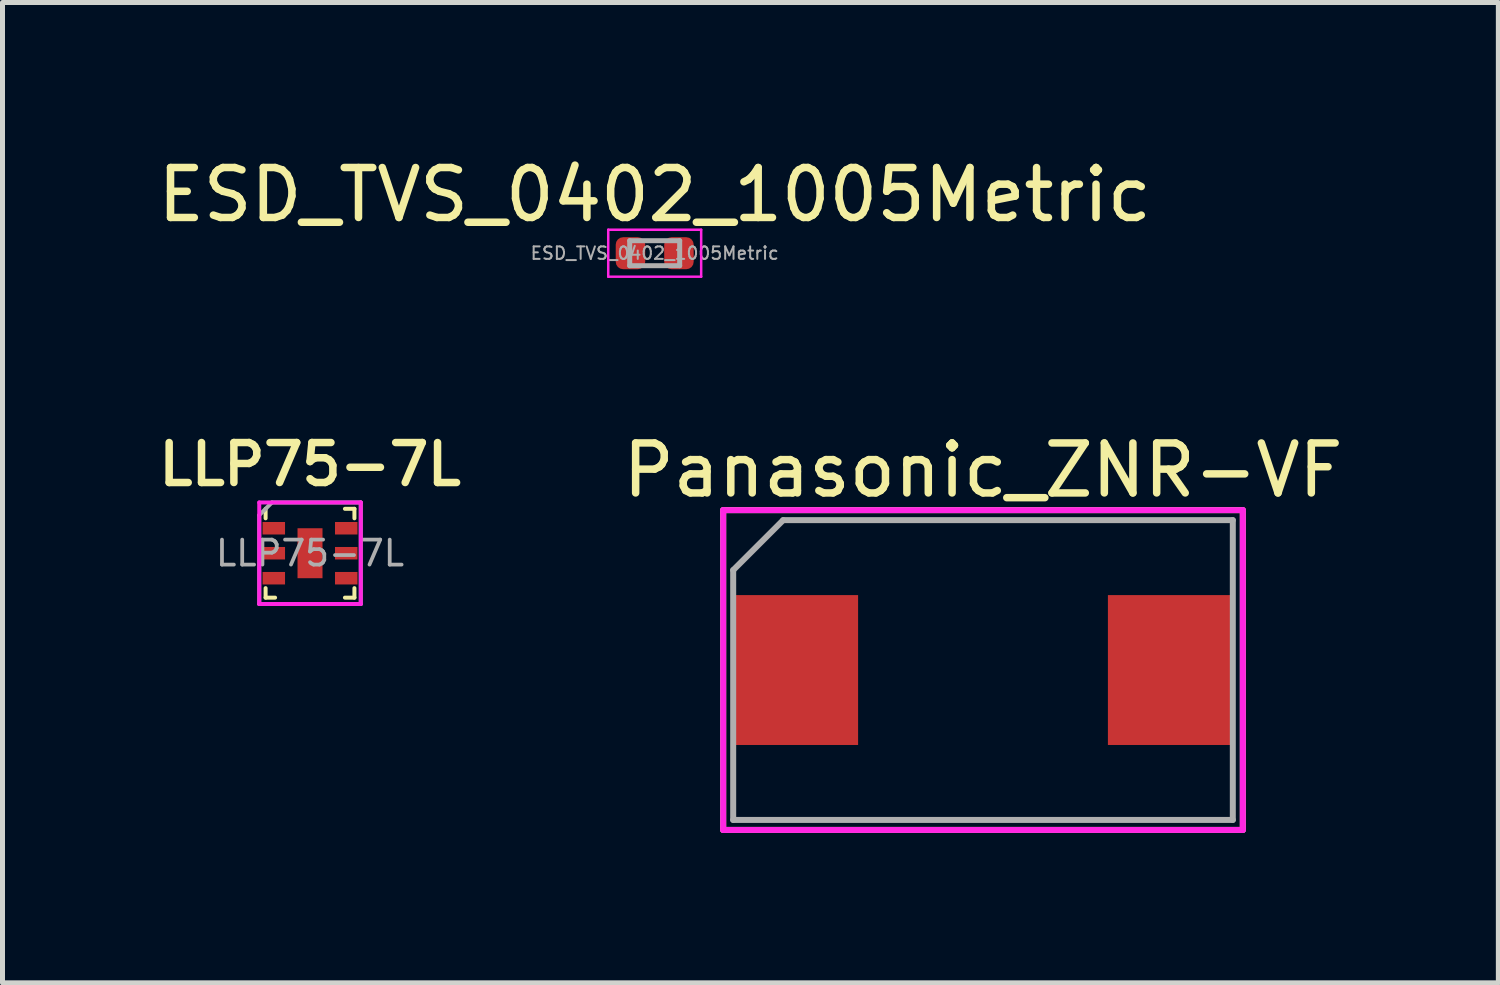
<source format=kicad_pcb>
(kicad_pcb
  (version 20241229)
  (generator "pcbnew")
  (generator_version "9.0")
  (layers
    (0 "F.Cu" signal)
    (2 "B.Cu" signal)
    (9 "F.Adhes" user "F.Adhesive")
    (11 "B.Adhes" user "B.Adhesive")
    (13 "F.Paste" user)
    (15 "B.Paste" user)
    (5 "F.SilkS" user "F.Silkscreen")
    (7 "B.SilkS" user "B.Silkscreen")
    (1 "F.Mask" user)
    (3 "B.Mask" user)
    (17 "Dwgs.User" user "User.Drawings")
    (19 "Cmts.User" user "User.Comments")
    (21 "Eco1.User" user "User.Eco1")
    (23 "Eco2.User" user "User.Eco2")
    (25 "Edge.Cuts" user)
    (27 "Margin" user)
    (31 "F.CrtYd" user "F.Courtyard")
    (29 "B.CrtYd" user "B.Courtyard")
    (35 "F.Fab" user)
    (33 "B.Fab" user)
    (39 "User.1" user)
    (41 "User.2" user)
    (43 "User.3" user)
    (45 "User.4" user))
  (footprint "Panasonic_ZNR-VF"
    (layer "F.Cu")
    (at 16.625 10.361)
    (property "Reference" "Panasonic_ZNR-VF" (at 0 -4 0) (layer "F.SilkS") (effects (font (size 1 1) (thickness 0.15))))
    (attr smd)
    (fp_line (start -5.2 -3.2) (end -5.2 3.2) (stroke (width 0.12) (type solid)) (layer "F.SilkS"))
    (fp_line (start -5.2 -3.2) (end 5.2 -3.2) (stroke (width 0.12) (type solid)) (layer "F.SilkS"))
    (fp_line (start -5.2 3.2) (end 5.2 3.2) (stroke (width 0.12) (type solid)) (layer "F.SilkS"))
    (fp_line (start 5.2 -3.2) (end 5.2 3.2) (stroke (width 0.12) (type solid)) (layer "F.SilkS"))
    (fp_line (start -5.2 -3.2) (end -5.2 3.2) (stroke (width 0.12) (type solid)) (layer "F.CrtYd"))
    (fp_line (start -5.2 3.2) (end 5.2 3.2) (stroke (width 0.12) (type solid)) (layer "F.CrtYd"))
    (fp_line (start 5.2 -3.2) (end -5.2 -3.2) (stroke (width 0.12) (type solid)) (layer "F.CrtYd"))
    (fp_line (start 5.2 3.2) (end 5.2 -3.2) (stroke (width 0.12) (type solid)) (layer "F.CrtYd"))
    (fp_line (start -5 -2) (end -5 3) (stroke (width 0.12) (type solid)) (layer "F.Fab"))
    (fp_line (start -5 -2) (end -4 -3) (stroke (width 0.12) (type solid)) (layer "F.Fab"))
    (fp_line (start -5 3) (end 5 3) (stroke (width 0.12) (type solid)) (layer "F.Fab"))
    (fp_line (start 5 -3) (end -4 -3) (stroke (width 0.12) (type solid)) (layer "F.Fab"))
    (fp_line (start 5 3) (end 5 -3) (stroke (width 0.12) (type solid)) (layer "F.Fab"))
    (pad "1" smd rect (at -3.75 0) (size 2.5 3) (layers "F.Cu" "F.Mask" "F.Paste"))
    (pad "2" smd rect (at 3.75 0) (size 2.5 3) (layers "F.Cu" "F.Mask" "F.Paste")))
  (footprint "LLP75-7L"
    (layer "F.Cu")
    (at 3.155 8.023)
    (property "Reference" "LLP75-7L" (at 0 -1.778 0) (layer "F.SilkS") (effects (font (size 0.8 0.8) (thickness 0.15))))
    (attr smd)
    (fp_line (start -0.889 -0.699) (end -0.889 -0.889) (stroke (width 0.08) (type solid)) (layer "F.SilkS"))
    (fp_line (start -0.889 0.889) (end -0.889 0.699) (stroke (width 0.08) (type solid)) (layer "F.SilkS"))
    (fp_line (start -0.699 0.889) (end -0.889 0.889) (stroke (width 0.08) (type solid)) (layer "F.SilkS"))
    (fp_line (start 0.699 -0.889) (end 0.889 -0.889) (stroke (width 0.08) (type solid)) (layer "F.SilkS"))
    (fp_line (start 0.889 -0.889) (end 0.889 -0.699) (stroke (width 0.08) (type solid)) (layer "F.SilkS"))
    (fp_line (start 0.889 0.699) (end 0.889 0.889) (stroke (width 0.08) (type solid)) (layer "F.SilkS"))
    (fp_line (start 0.889 0.889) (end 0.699 0.889) (stroke (width 0.08) (type solid)) (layer "F.SilkS"))
    (fp_line (start -1.016 -1.016) (end 1.016 -1.016) (stroke (width 0.08) (type solid)) (layer "F.CrtYd"))
    (fp_line (start -1.016 1.016) (end -1.016 -1.016) (stroke (width 0.08) (type solid)) (layer "F.CrtYd"))
    (fp_line (start 1.016 -1.016) (end 1.016 1.016) (stroke (width 0.08) (type solid)) (layer "F.CrtYd"))
    (fp_line (start 1.016 1.016) (end -1.016 1.016) (stroke (width 0.08) (type solid)) (layer "F.CrtYd"))
    (fp_line (start -1.016 -0.762) (end -1.016 1.016) (stroke (width 0.08) (type solid)) (layer "F.Fab"))
    (fp_line (start -1.016 1.016) (end 1.016 1.016) (stroke (width 0.08) (type solid)) (layer "F.Fab"))
    (fp_line (start -0.762 -1.016) (end -1.016 -0.762) (stroke (width 0.08) (type solid)) (layer "F.Fab"))
    (fp_line (start 1.016 -1.016) (end -0.762 -1.016) (stroke (width 0.08) (type solid)) (layer "F.Fab"))
    (fp_line (start 1.016 1.016) (end 1.016 -1.016) (stroke (width 0.08) (type solid)) (layer "F.Fab"))
    (fp_text user "${REFERENCE}" (at 0 0 0) (layer "F.Fab") (effects (font (size 0.5 0.5) (thickness 0.075))))
    (pad "1" smd rect (at -0.725 -0.5) (size 0.45 0.25) (layers "F.Cu" "F.Mask" "F.Paste"))
    (pad "2" smd rect (at -0.725 0) (size 0.45 0.25) (layers "F.Cu" "F.Mask" "F.Paste"))
    (pad "3" smd rect (at -0.725 0.5) (size 0.45 0.25) (layers "F.Cu" "F.Mask" "F.Paste"))
    (pad "4" smd rect (at 0.725 0.5) (size 0.45 0.25) (layers "F.Cu" "F.Mask" "F.Paste"))
    (pad "5" smd rect (at 0.725 0) (size 0.45 0.25) (layers "F.Cu" "F.Mask" "F.Paste"))
    (pad "6" smd rect (at 0.725 -0.5) (size 0.45 0.25) (layers "F.Cu" "F.Mask" "F.Paste"))
    (pad "7" smd rect (at 0 0) (size 0.5 1) (layers "F.Cu" "F.Mask" "F.Paste")))
  (footprint "ESD_TVS_0402_1005Metric"
    (layer "F.Cu")
    (at 10.054 2.018)
    (property "Reference" "ESD_TVS_0402_1005Metric" (at 0 -1.17 0) (layer "F.SilkS") (effects (font (size 1 1) (thickness 0.15))))
    (attr smd)
    (fp_line (start -0.93 -0.47) (end 0.93 -0.47) (stroke (width 0.05) (type solid)) (layer "F.CrtYd"))
    (fp_line (start -0.93 0.47) (end -0.93 -0.47) (stroke (width 0.05) (type solid)) (layer "F.CrtYd"))
    (fp_line (start 0.93 -0.47) (end 0.93 0.47) (stroke (width 0.05) (type solid)) (layer "F.CrtYd"))
    (fp_line (start 0.93 0.47) (end -0.93 0.47) (stroke (width 0.05) (type solid)) (layer "F.CrtYd"))
    (fp_line (start -0.5 -0.25) (end 0.5 -0.25) (stroke (width 0.1) (type solid)) (layer "F.Fab"))
    (fp_line (start -0.5 0.25) (end -0.5 -0.25) (stroke (width 0.1) (type solid)) (layer "F.Fab"))
    (fp_line (start 0.5 -0.25) (end 0.5 0.25) (stroke (width 0.1) (type solid)) (layer "F.Fab"))
    (fp_line (start 0.5 0.25) (end -0.5 0.25) (stroke (width 0.1) (type solid)) (layer "F.Fab"))
    (fp_text user "${REFERENCE}" (at 0 0 0) (layer "F.Fab") (effects (font (size 0.25 0.25) (thickness 0.04))))
    (pad "1" smd roundrect (at -0.485 0) (size 0.59 0.64) (layers "F.Cu" "F.Mask" "F.Paste") (roundrect_rratio 0.25))
    (pad "2" smd roundrect (at 0.485 0) (size 0.59 0.64) (layers "F.Cu" "F.Mask" "F.Paste") (roundrect_rratio 0.25)))
  (gr_rect
    (start -3 -3)
    (end 26.94 16.622)
    (stroke (width 0.1) (type default))
    (fill no)
    (layer "Edge.Cuts")))
</source>
